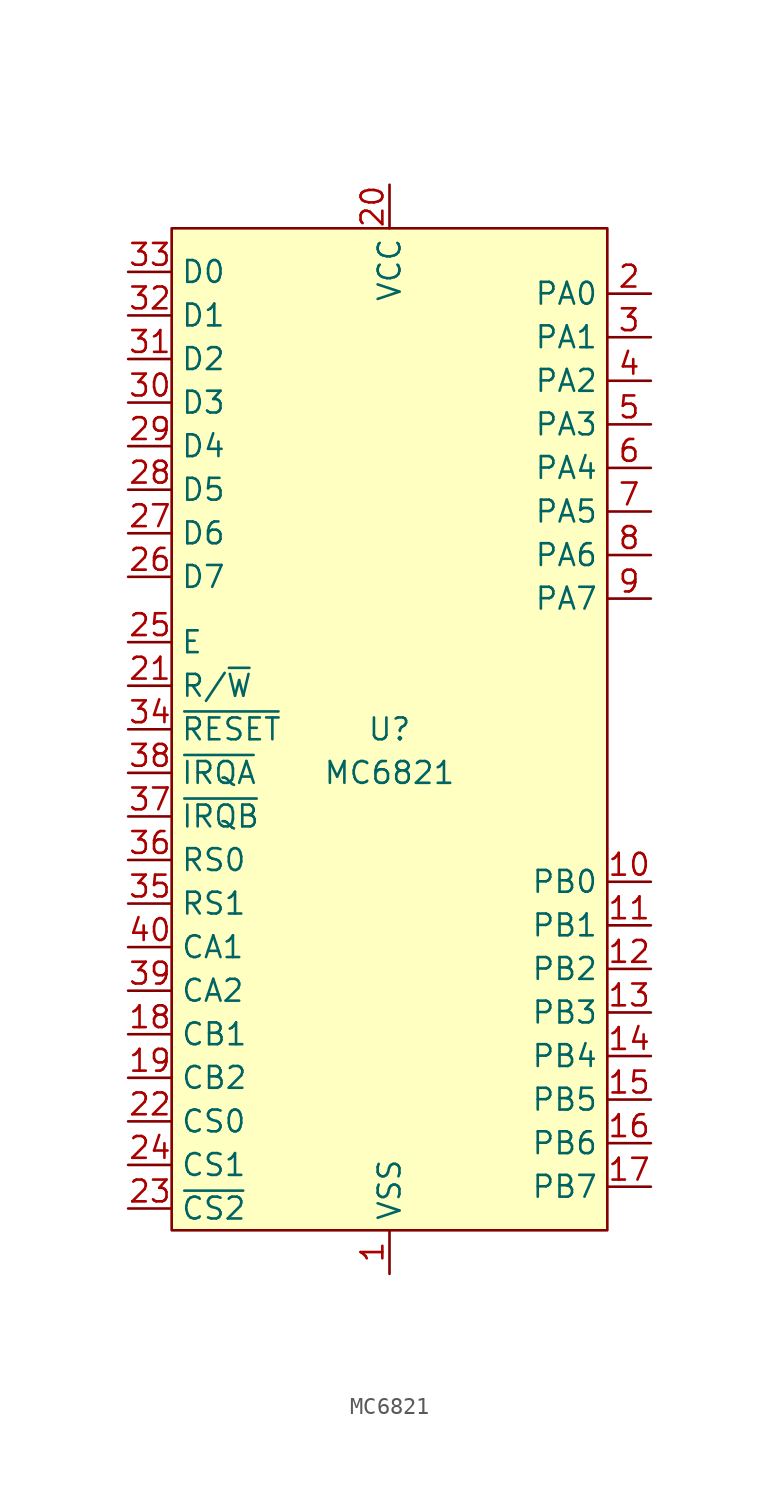
<source format=kicad_sym>
(kicad_symbol_lib
  (version 20211014)
  (generator kicad_symbol_editor)
  (symbol "MC6821"
    (property "Reference" "U"
      (at 0 1.27 0)
      (effects (font (size 1.27 1.27))))
    (property "Value" "MC6821"
      (at 0 -1.27 0)
      (effects (font (size 1.27 1.27))))
    (symbol "MC6821_0_1"
      (rectangle (start -12.7 30.48) (end 12.7 -27.94) (stroke (width 0) (type default) (color 0 0 0 0)) (fill (type background))))
    (symbol "MC6821_1_1"
      (pin power_in line (at 0 -30.48 90) (length 2.54) (name "VSS" (effects (font (size 1.27 1.27)))) (number "1" (effects (font (size 1.27 1.27)))))
      (pin bidirectional line (at 15.24 -7.62 180) (length 2.54) (name "PB0" (effects (font (size 1.27 1.27)))) (number "10" (effects (font (size 1.27 1.27)))))
      (pin bidirectional line (at 15.24 -10.16 180) (length 2.54) (name "PB1" (effects (font (size 1.27 1.27)))) (number "11" (effects (font (size 1.27 1.27)))))
      (pin bidirectional line (at 15.24 -12.7 180) (length 2.54) (name "PB2" (effects (font (size 1.27 1.27)))) (number "12" (effects (font (size 1.27 1.27)))))
      (pin bidirectional line (at 15.24 -15.24 180) (length 2.54) (name "PB3" (effects (font (size 1.27 1.27)))) (number "13" (effects (font (size 1.27 1.27)))))
      (pin bidirectional line (at 15.24 -17.78 180) (length 2.54) (name "PB4" (effects (font (size 1.27 1.27)))) (number "14" (effects (font (size 1.27 1.27)))))
      (pin bidirectional line (at 15.24 -20.32 180) (length 2.54) (name "PB5" (effects (font (size 1.27 1.27)))) (number "15" (effects (font (size 1.27 1.27)))))
      (pin bidirectional line (at 15.24 -22.86 180) (length 2.54) (name "PB6" (effects (font (size 1.27 1.27)))) (number "16" (effects (font (size 1.27 1.27)))))
      (pin bidirectional line (at 15.24 -25.4 180) (length 2.54) (name "PB7" (effects (font (size 1.27 1.27)))) (number "17" (effects (font (size 1.27 1.27)))))
      (pin input line (at -15.24 -16.51 0) (length 2.54) (name "CB1" (effects (font (size 1.27 1.27)))) (number "18" (effects (font (size 1.27 1.27)))))
      (pin input line (at -15.24 -19.05 0) (length 2.54) (name "CB2" (effects (font (size 1.27 1.27)))) (number "19" (effects (font (size 1.27 1.27)))))
      (pin bidirectional line (at 15.24 26.67 180) (length 2.54) (name "PA0" (effects (font (size 1.27 1.27)))) (number "2" (effects (font (size 1.27 1.27)))))
      (pin power_in line (at 0 33.02 270) (length 2.54) (name "VCC" (effects (font (size 1.27 1.27)))) (number "20" (effects (font (size 1.27 1.27)))))
      (pin input line (at -15.24 3.81 0) (length 2.54) (name "R/~{W}" (effects (font (size 1.27 1.27)))) (number "21" (effects (font (size 1.27 1.27)))))
      (pin input line (at -15.24 -21.59 0) (length 2.54) (name "CS0" (effects (font (size 1.27 1.27)))) (number "22" (effects (font (size 1.27 1.27)))))
      (pin input line (at -15.24 -26.67 0) (length 2.54) (name "~{CS2}" (effects (font (size 1.27 1.27)))) (number "23" (effects (font (size 1.27 1.27)))))
      (pin input line (at -15.24 -24.13 0) (length 2.54) (name "CS1" (effects (font (size 1.27 1.27)))) (number "24" (effects (font (size 1.27 1.27)))))
      (pin input line (at -15.24 6.35 0) (length 2.54) (name "E" (effects (font (size 1.27 1.27)))) (number "25" (effects (font (size 1.27 1.27)))))
      (pin bidirectional line (at -15.24 10.16 0) (length 2.54) (name "D7" (effects (font (size 1.27 1.27)))) (number "26" (effects (font (size 1.27 1.27)))))
      (pin bidirectional line (at -15.24 12.7 0) (length 2.54) (name "D6" (effects (font (size 1.27 1.27)))) (number "27" (effects (font (size 1.27 1.27)))))
      (pin bidirectional line (at -15.24 15.24 0) (length 2.54) (name "D5" (effects (font (size 1.27 1.27)))) (number "28" (effects (font (size 1.27 1.27)))))
      (pin bidirectional line (at -15.24 17.78 0) (length 2.54) (name "D4" (effects (font (size 1.27 1.27)))) (number "29" (effects (font (size 1.27 1.27)))))
      (pin bidirectional line (at 15.24 24.13 180) (length 2.54) (name "PA1" (effects (font (size 1.27 1.27)))) (number "3" (effects (font (size 1.27 1.27)))))
      (pin bidirectional line (at -15.24 20.32 0) (length 2.54) (name "D3" (effects (font (size 1.27 1.27)))) (number "30" (effects (font (size 1.27 1.27)))))
      (pin bidirectional line (at -15.24 22.86 0) (length 2.54) (name "D2" (effects (font (size 1.27 1.27)))) (number "31" (effects (font (size 1.27 1.27)))))
      (pin bidirectional line (at -15.24 25.4 0) (length 2.54) (name "D1" (effects (font (size 1.27 1.27)))) (number "32" (effects (font (size 1.27 1.27)))))
      (pin bidirectional line (at -15.24 27.94 0) (length 2.54) (name "D0" (effects (font (size 1.27 1.27)))) (number "33" (effects (font (size 1.27 1.27)))))
      (pin input line (at -15.24 1.27 0) (length 2.54) (name "~{RESET}" (effects (font (size 1.27 1.27)))) (number "34" (effects (font (size 1.27 1.27)))))
      (pin input line (at -15.24 -8.89 0) (length 2.54) (name "RS1" (effects (font (size 1.27 1.27)))) (number "35" (effects (font (size 1.27 1.27)))))
      (pin input line (at -15.24 -6.35 0) (length 2.54) (name "RS0" (effects (font (size 1.27 1.27)))) (number "36" (effects (font (size 1.27 1.27)))))
      (pin input line (at -15.24 -3.81 0) (length 2.54) (name "~{IRQB}" (effects (font (size 1.27 1.27)))) (number "37" (effects (font (size 1.27 1.27)))))
      (pin input line (at -15.24 -1.27 0) (length 2.54) (name "~{IRQA}" (effects (font (size 1.27 1.27)))) (number "38" (effects (font (size 1.27 1.27)))))
      (pin input line (at -15.24 -13.97 0) (length 2.54) (name "CA2" (effects (font (size 1.27 1.27)))) (number "39" (effects (font (size 1.27 1.27)))))
      (pin bidirectional line (at 15.24 21.59 180) (length 2.54) (name "PA2" (effects (font (size 1.27 1.27)))) (number "4" (effects (font (size 1.27 1.27)))))
      (pin input line (at -15.24 -11.43 0) (length 2.54) (name "CA1" (effects (font (size 1.27 1.27)))) (number "40" (effects (font (size 1.27 1.27)))))
      (pin bidirectional line (at 15.24 19.05 180) (length 2.54) (name "PA3" (effects (font (size 1.27 1.27)))) (number "5" (effects (font (size 1.27 1.27)))))
      (pin bidirectional line (at 15.24 16.51 180) (length 2.54) (name "PA4" (effects (font (size 1.27 1.27)))) (number "6" (effects (font (size 1.27 1.27)))))
      (pin bidirectional line (at 15.24 13.97 180) (length 2.54) (name "PA5" (effects (font (size 1.27 1.27)))) (number "7" (effects (font (size 1.27 1.27)))))
      (pin bidirectional line (at 15.24 11.43 180) (length 2.54) (name "PA6" (effects (font (size 1.27 1.27)))) (number "8" (effects (font (size 1.27 1.27)))))
      (pin bidirectional line (at 15.24 8.89 180) (length 2.54) (name "PA7" (effects (font (size 1.27 1.27)))) (number "9" (effects (font (size 1.27 1.27))))))))
</source>
